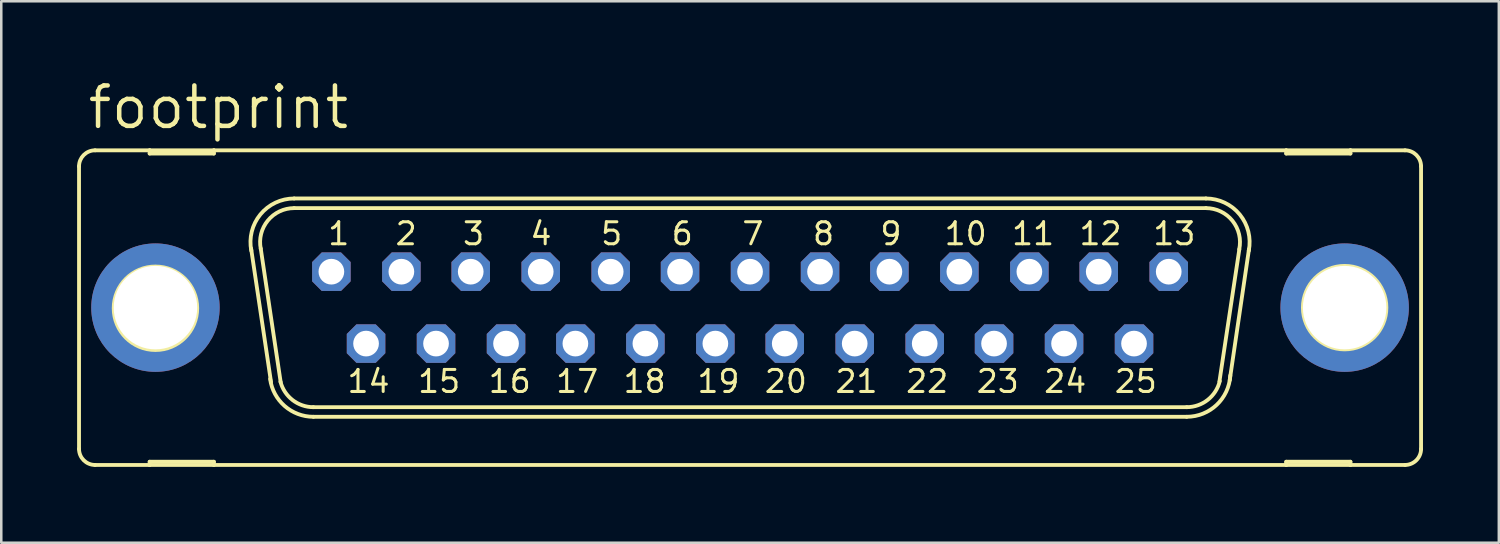
<source format=kicad_pcb>
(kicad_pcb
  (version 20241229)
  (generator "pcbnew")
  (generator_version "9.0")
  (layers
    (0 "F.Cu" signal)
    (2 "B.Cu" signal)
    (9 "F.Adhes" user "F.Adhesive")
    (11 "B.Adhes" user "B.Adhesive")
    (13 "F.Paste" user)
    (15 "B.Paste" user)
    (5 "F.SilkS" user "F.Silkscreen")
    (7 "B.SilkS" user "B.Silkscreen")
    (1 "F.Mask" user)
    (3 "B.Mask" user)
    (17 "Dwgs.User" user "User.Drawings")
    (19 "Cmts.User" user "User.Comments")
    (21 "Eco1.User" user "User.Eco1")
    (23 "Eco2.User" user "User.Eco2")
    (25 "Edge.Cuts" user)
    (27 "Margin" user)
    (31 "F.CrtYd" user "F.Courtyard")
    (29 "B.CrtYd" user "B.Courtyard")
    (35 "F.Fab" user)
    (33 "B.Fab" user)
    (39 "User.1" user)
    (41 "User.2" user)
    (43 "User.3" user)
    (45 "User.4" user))
  (footprint "footprint"
    (layer "F.Cu")
    (at 26.619 9.119)
    (property "Reference" "footprint" (at -26.289 -6.985 0) (layer "F.SilkS") (effects (font (size 1.6 1.6) (thickness 0.178)) (justify left bottom)))
    (fp_line (start -26.543 -5.588) (end -26.543 5.588) (stroke (width 0.152) (type solid)) (layer "F.SilkS"))
    (fp_line (start -25.908 6.223) (end -23.749 6.223) (stroke (width 0.152) (type solid)) (layer "F.SilkS"))
    (fp_line (start -23.749 -6.223) (end -25.908 -6.223) (stroke (width 0.152) (type solid)) (layer "F.SilkS"))
    (fp_line (start -23.749 -6.223) (end -23.749 -6.096) (stroke (width 0.152) (type solid)) (layer "F.SilkS"))
    (fp_line (start -23.749 -6.096) (end -21.209 -6.096) (stroke (width 0.152) (type solid)) (layer "F.SilkS"))
    (fp_line (start -23.749 6.096) (end -21.209 6.096) (stroke (width 0.152) (type solid)) (layer "F.SilkS"))
    (fp_line (start -23.749 6.223) (end -23.749 6.096) (stroke (width 0.152) (type solid)) (layer "F.SilkS"))
    (fp_line (start -23.749 6.223) (end -21.209 6.223) (stroke (width 0.152) (type solid)) (layer "F.SilkS"))
    (fp_line (start -21.209 -6.223) (end -23.749 -6.223) (stroke (width 0.152) (type solid)) (layer "F.SilkS"))
    (fp_line (start -21.209 -6.096) (end -21.209 -6.223) (stroke (width 0.152) (type solid)) (layer "F.SilkS"))
    (fp_line (start -21.209 6.096) (end -21.209 6.223) (stroke (width 0.152) (type solid)) (layer "F.SilkS"))
    (fp_line (start -21.209 6.223) (end 21.209 6.223) (stroke (width 0.152) (type solid)) (layer "F.SilkS"))
    (fp_line (start -18.948 2.946) (end -19.736 -2.337) (stroke (width 0.152) (type solid)) (layer "F.SilkS"))
    (fp_line (start -18.567 2.946) (end -19.355 -2.337) (stroke (width 0.152) (type solid)) (layer "F.SilkS"))
    (fp_line (start -18.034 -4.318) (end 18.034 -4.318) (stroke (width 0.152) (type solid)) (layer "F.SilkS"))
    (fp_line (start -18.034 -3.937) (end 18.034 -3.937) (stroke (width 0.152) (type solid)) (layer "F.SilkS"))
    (fp_line (start -17.272 3.937) (end 17.272 3.937) (stroke (width 0.152) (type solid)) (layer "F.SilkS"))
    (fp_line (start -17.272 4.318) (end 17.272 4.318) (stroke (width 0.152) (type solid)) (layer "F.SilkS"))
    (fp_line (start 19.355 -2.311) (end 18.567 2.921) (stroke (width 0.152) (type solid)) (layer "F.SilkS"))
    (fp_line (start 19.736 -2.311) (end 18.974 2.87) (stroke (width 0.152) (type solid)) (layer "F.SilkS"))
    (fp_line (start 21.209 -6.223) (end -21.209 -6.223) (stroke (width 0.152) (type solid)) (layer "F.SilkS"))
    (fp_line (start 21.209 -6.223) (end 21.209 -6.096) (stroke (width 0.152) (type solid)) (layer "F.SilkS"))
    (fp_line (start 21.209 -6.096) (end 23.749 -6.096) (stroke (width 0.152) (type solid)) (layer "F.SilkS"))
    (fp_line (start 21.209 6.096) (end 23.749 6.096) (stroke (width 0.152) (type solid)) (layer "F.SilkS"))
    (fp_line (start 21.209 6.223) (end 21.209 6.096) (stroke (width 0.152) (type solid)) (layer "F.SilkS"))
    (fp_line (start 21.209 6.223) (end 23.749 6.223) (stroke (width 0.152) (type solid)) (layer "F.SilkS"))
    (fp_line (start 23.749 -6.223) (end 21.209 -6.223) (stroke (width 0.152) (type solid)) (layer "F.SilkS"))
    (fp_line (start 23.749 -6.096) (end 23.749 -6.223) (stroke (width 0.152) (type solid)) (layer "F.SilkS"))
    (fp_line (start 23.749 6.096) (end 23.749 6.223) (stroke (width 0.152) (type solid)) (layer "F.SilkS"))
    (fp_line (start 23.749 6.223) (end 25.908 6.223) (stroke (width 0.152) (type solid)) (layer "F.SilkS"))
    (fp_line (start 25.908 -6.223) (end 23.749 -6.223) (stroke (width 0.152) (type solid)) (layer "F.SilkS"))
    (fp_line (start 26.543 -5.588) (end 26.543 5.588) (stroke (width 0.152) (type solid)) (layer "F.SilkS"))
    (fp_arc (start -26.543 -5.588) (mid -26.357013 -6.037013) (end -25.908 -6.223) (stroke (width 0.1524) (type solid)) (layer "F.SilkS"))
    (fp_arc (start -25.908 6.223) (mid -26.357013 6.037013) (end -26.543 5.588) (stroke (width 0.1524) (type solid)) (layer "F.SilkS"))
    (fp_arc (start -19.7277 -2.2521) (mid -19.369716 -3.685842) (end -18.033998 -4.318) (stroke (width 0.1524) (type solid)) (layer "F.SilkS"))
    (fp_arc (start -19.3541 -2.3268) (mid -19.075082 -3.444284) (end -18.034 -3.937) (stroke (width 0.1524) (type solid)) (layer "F.SilkS"))
    (fp_arc (start -17.272 3.937) (mid -18.0955 3.655745) (end -18.5749 2.9295) (stroke (width 0.1524) (type solid)) (layer "F.SilkS"))
    (fp_arc (start -17.271999 4.318001) (mid -18.409711 3.890313) (end -18.984 2.8191) (stroke (width 0.1524) (type solid)) (layer "F.SilkS"))
    (fp_arc (start 18.034 -4.318) (mid 19.369813 -3.685866) (end 19.727999 -2.252098) (stroke (width 0.1524) (type solid)) (layer "F.SilkS"))
    (fp_arc (start 18.034 -3.937) (mid 19.082557 -3.435183) (end 19.349499 -2.303798) (stroke (width 0.1524) (type solid)) (layer "F.SilkS"))
    (fp_arc (start 18.580701 2.904999) (mid 18.105257 3.647874) (end 17.272 3.937) (stroke (width 0.1524) (type solid)) (layer "F.SilkS"))
    (fp_arc (start 18.9963 2.6849) (mid 18.459366 3.844828) (end 17.272 4.318) (stroke (width 0.1524) (type solid)) (layer "F.SilkS"))
    (fp_arc (start 25.908 -6.223) (mid 26.357013 -6.037013) (end 26.543 -5.588) (stroke (width 0.1524) (type solid)) (layer "F.SilkS"))
    (fp_arc (start 26.543 5.588) (mid 26.357013 6.037013) (end 25.908 6.223) (stroke (width 0.1524) (type solid)) (layer "F.SilkS"))
    (fp_circle (center -23.52 0.025) (end -21.869 0.025) (stroke (width 0.152) (type solid)) (fill no) (layer "F.SilkS"))
    (fp_circle (center 23.52 0) (end 25.171 0) (stroke (width 0.152) (type solid)) (fill no) (layer "F.SilkS"))
    (fp_circle (center -16.561 -1.422) (end -16.307 -1.422) (stroke (width 0.406) (type solid)) (fill no) (layer "F.Fab"))
    (fp_circle (center -15.189 1.422) (end -14.935 1.422) (stroke (width 0.406) (type solid)) (fill no) (layer "F.Fab"))
    (fp_circle (center -13.792 -1.422) (end -13.538 -1.422) (stroke (width 0.406) (type solid)) (fill no) (layer "F.Fab"))
    (fp_circle (center -12.421 1.422) (end -12.167 1.422) (stroke (width 0.406) (type solid)) (fill no) (layer "F.Fab"))
    (fp_circle (center -11.049 -1.422) (end -10.795 -1.422) (stroke (width 0.406) (type solid)) (fill no) (layer "F.Fab"))
    (fp_circle (center -9.652 1.422) (end -9.398 1.422) (stroke (width 0.406) (type solid)) (fill no) (layer "F.Fab"))
    (fp_circle (center -8.28 -1.422) (end -8.026 -1.422) (stroke (width 0.406) (type solid)) (fill no) (layer "F.Fab"))
    (fp_circle (center -6.909 1.422) (end -6.655 1.422) (stroke (width 0.406) (type solid)) (fill no) (layer "F.Fab"))
    (fp_circle (center -5.512 -1.422) (end -5.258 -1.422) (stroke (width 0.406) (type solid)) (fill no) (layer "F.Fab"))
    (fp_circle (center -4.14 1.422) (end -3.886 1.422) (stroke (width 0.406) (type solid)) (fill no) (layer "F.Fab"))
    (fp_circle (center -2.769 -1.422) (end -2.515 -1.422) (stroke (width 0.406) (type solid)) (fill no) (layer "F.Fab"))
    (fp_circle (center -1.372 1.422) (end -1.118 1.422) (stroke (width 0.406) (type solid)) (fill no) (layer "F.Fab"))
    (fp_circle (center 0 -1.422) (end 0.254 -1.422) (stroke (width 0.406) (type solid)) (fill no) (layer "F.Fab"))
    (fp_circle (center 1.372 1.422) (end 1.626 1.422) (stroke (width 0.406) (type solid)) (fill no) (layer "F.Fab"))
    (fp_circle (center 2.769 -1.422) (end 3.023 -1.422) (stroke (width 0.406) (type solid)) (fill no) (layer "F.Fab"))
    (fp_circle (center 4.14 1.422) (end 4.394 1.422) (stroke (width 0.406) (type solid)) (fill no) (layer "F.Fab"))
    (fp_circle (center 5.512 -1.422) (end 5.766 -1.422) (stroke (width 0.406) (type solid)) (fill no) (layer "F.Fab"))
    (fp_circle (center 6.909 1.422) (end 7.163 1.422) (stroke (width 0.406) (type solid)) (fill no) (layer "F.Fab"))
    (fp_circle (center 8.28 -1.422) (end 8.534 -1.422) (stroke (width 0.406) (type solid)) (fill no) (layer "F.Fab"))
    (fp_circle (center 9.652 1.422) (end 9.906 1.422) (stroke (width 0.406) (type solid)) (fill no) (layer "F.Fab"))
    (fp_circle (center 11.049 -1.422) (end 11.303 -1.422) (stroke (width 0.406) (type solid)) (fill no) (layer "F.Fab"))
    (fp_circle (center 12.421 1.422) (end 12.675 1.422) (stroke (width 0.406) (type solid)) (fill no) (layer "F.Fab"))
    (fp_circle (center 13.792 -1.422) (end 14.046 -1.422) (stroke (width 0.406) (type solid)) (fill no) (layer "F.Fab"))
    (fp_circle (center 15.189 1.422) (end 15.443 1.422) (stroke (width 0.406) (type solid)) (fill no) (layer "F.Fab"))
    (fp_circle (center 16.561 -1.422) (end 16.815 -1.422) (stroke (width 0.406) (type solid)) (fill no) (layer "F.Fab"))
    (fp_text user "7" (at -0.381 -2.413 0) (layer "F.SilkS") (effects (font (size 0.872 0.872) (thickness 0.119)) (justify left bottom)))
    (fp_text user "16" (at -10.414 3.429 0) (layer "F.SilkS") (effects (font (size 0.872 0.872) (thickness 0.119)) (justify left bottom)))
    (fp_text user "25" (at 14.351 3.429 0) (layer "F.SilkS") (effects (font (size 0.872 0.872) (thickness 0.119)) (justify left bottom)))
    (fp_text user "8" (at 2.413 -2.413 0) (layer "F.SilkS") (effects (font (size 0.872 0.872) (thickness 0.119)) (justify left bottom)))
    (fp_text user "24" (at 11.557 3.429 0) (layer "F.SilkS") (effects (font (size 0.872 0.872) (thickness 0.119)) (justify left bottom)))
    (fp_text user "12" (at 12.954 -2.413 0) (layer "F.SilkS") (effects (font (size 0.872 0.872) (thickness 0.119)) (justify left bottom)))
    (fp_text user "13" (at 15.875 -2.413 0) (layer "F.SilkS") (effects (font (size 0.872 0.872) (thickness 0.119)) (justify left bottom)))
    (fp_text user "1" (at -16.764 -2.413 0) (layer "F.SilkS") (effects (font (size 0.872 0.872) (thickness 0.119)) (justify left bottom)))
    (fp_text user "6" (at -3.175 -2.413 0) (layer "F.SilkS") (effects (font (size 0.872 0.872) (thickness 0.119)) (justify left bottom)))
    (fp_text user "18" (at -5.08 3.429 0) (layer "F.SilkS") (effects (font (size 0.872 0.872) (thickness 0.119)) (justify left bottom)))
    (fp_text user "23" (at 8.89 3.429 0) (layer "F.SilkS") (effects (font (size 0.872 0.872) (thickness 0.119)) (justify left bottom)))
    (fp_text user "19" (at -2.159 3.429 0) (layer "F.SilkS") (effects (font (size 0.872 0.872) (thickness 0.119)) (justify left bottom)))
    (fp_text user "11" (at 10.287 -2.413 0) (layer "F.SilkS") (effects (font (size 0.872 0.872) (thickness 0.119)) (justify left bottom)))
    (fp_text user "22" (at 6.096 3.429 0) (layer "F.SilkS") (effects (font (size 0.872 0.872) (thickness 0.119)) (justify left bottom)))
    (fp_text user "9" (at 5.08 -2.413 0) (layer "F.SilkS") (effects (font (size 0.872 0.872) (thickness 0.119)) (justify left bottom)))
    (fp_text user "2" (at -14.097 -2.413 0) (layer "F.SilkS") (effects (font (size 0.872 0.872) (thickness 0.119)) (justify left bottom)))
    (fp_text user "15" (at -13.208 3.429 0) (layer "F.SilkS") (effects (font (size 0.872 0.872) (thickness 0.119)) (justify left bottom)))
    (fp_text user "4" (at -8.763 -2.413 0) (layer "F.SilkS") (effects (font (size 0.872 0.872) (thickness 0.119)) (justify left bottom)))
    (fp_text user "3" (at -11.43 -2.413 0) (layer "F.SilkS") (effects (font (size 0.872 0.872) (thickness 0.119)) (justify left bottom)))
    (fp_text user "20" (at 0.508 3.429 0) (layer "F.SilkS") (effects (font (size 0.872 0.872) (thickness 0.119)) (justify left bottom)))
    (fp_text user "21" (at 3.302 3.429 0) (layer "F.SilkS") (effects (font (size 0.872 0.872) (thickness 0.119)) (justify left bottom)))
    (fp_text user "17" (at -7.747 3.429 0) (layer "F.SilkS") (effects (font (size 0.872 0.872) (thickness 0.119)) (justify left bottom)))
    (fp_text user "10" (at 7.62 -2.413 0) (layer "F.SilkS") (effects (font (size 0.872 0.872) (thickness 0.119)) (justify left bottom)))
    (fp_text user "14" (at -16.002 3.429 0) (layer "F.SilkS") (effects (font (size 0.872 0.872) (thickness 0.119)) (justify left bottom)))
    (fp_text user "5" (at -5.969 -2.413 0) (layer "F.SilkS") (effects (font (size 0.872 0.872) (thickness 0.119)) (justify left bottom)))
    (pad "1" thru_hole roundrect (at -16.561 -1.422) (size 1.524 1.524) (drill 1.016) (layers "*.Cu" "*.Mask") (roundrect_rratio 0.25) (chamfer_ratio 0.25) (chamfer top_left top_right bottom_left bottom_right))
    (pad "2" thru_hole roundrect (at -13.792 -1.422) (size 1.524 1.524) (drill 1.016) (layers "*.Cu" "*.Mask") (roundrect_rratio 0.25) (chamfer_ratio 0.25) (chamfer top_left top_right bottom_left bottom_right))
    (pad "3" thru_hole roundrect (at -11.049 -1.422) (size 1.524 1.524) (drill 1.016) (layers "*.Cu" "*.Mask") (roundrect_rratio 0.25) (chamfer_ratio 0.25) (chamfer top_left top_right bottom_left bottom_right))
    (pad "4" thru_hole roundrect (at -8.28 -1.422) (size 1.524 1.524) (drill 1.016) (layers "*.Cu" "*.Mask") (roundrect_rratio 0.25) (chamfer_ratio 0.25) (chamfer top_left top_right bottom_left bottom_right))
    (pad "5" thru_hole roundrect (at -5.512 -1.422) (size 1.524 1.524) (drill 1.016) (layers "*.Cu" "*.Mask") (roundrect_rratio 0.25) (chamfer_ratio 0.25) (chamfer top_left top_right bottom_left bottom_right))
    (pad "6" thru_hole roundrect (at -2.769 -1.422) (size 1.524 1.524) (drill 1.016) (layers "*.Cu" "*.Mask") (roundrect_rratio 0.25) (chamfer_ratio 0.25) (chamfer top_left top_right bottom_left bottom_right))
    (pad "7" thru_hole roundrect (at 0 -1.422) (size 1.524 1.524) (drill 1.016) (layers "*.Cu" "*.Mask") (roundrect_rratio 0.25) (chamfer_ratio 0.25) (chamfer top_left top_right bottom_left bottom_right))
    (pad "8" thru_hole roundrect (at 2.769 -1.422) (size 1.524 1.524) (drill 1.016) (layers "*.Cu" "*.Mask") (roundrect_rratio 0.25) (chamfer_ratio 0.25) (chamfer top_left top_right bottom_left bottom_right))
    (pad "9" thru_hole roundrect (at 5.512 -1.422) (size 1.524 1.524) (drill 1.016) (layers "*.Cu" "*.Mask") (roundrect_rratio 0.25) (chamfer_ratio 0.25) (chamfer top_left top_right bottom_left bottom_right))
    (pad "10" thru_hole roundrect (at 8.28 -1.422) (size 1.524 1.524) (drill 1.016) (layers "*.Cu" "*.Mask") (roundrect_rratio 0.25) (chamfer_ratio 0.25) (chamfer top_left top_right bottom_left bottom_right))
    (pad "11" thru_hole roundrect (at 11.049 -1.422) (size 1.524 1.524) (drill 1.016) (layers "*.Cu" "*.Mask") (roundrect_rratio 0.25) (chamfer_ratio 0.25) (chamfer top_left top_right bottom_left bottom_right))
    (pad "12" thru_hole roundrect (at 13.792 -1.422) (size 1.524 1.524) (drill 1.016) (layers "*.Cu" "*.Mask") (roundrect_rratio 0.25) (chamfer_ratio 0.25) (chamfer top_left top_right bottom_left bottom_right))
    (pad "13" thru_hole roundrect (at 16.561 -1.422) (size 1.524 1.524) (drill 1.016) (layers "*.Cu" "*.Mask") (roundrect_rratio 0.25) (chamfer_ratio 0.25) (chamfer top_left top_right bottom_left bottom_right))
    (pad "14" thru_hole roundrect (at -15.189 1.422) (size 1.524 1.524) (drill 1.016) (layers "*.Cu" "*.Mask") (roundrect_rratio 0.25) (chamfer_ratio 0.25) (chamfer top_left top_right bottom_left bottom_right))
    (pad "15" thru_hole roundrect (at -12.421 1.422) (size 1.524 1.524) (drill 1.016) (layers "*.Cu" "*.Mask") (roundrect_rratio 0.25) (chamfer_ratio 0.25) (chamfer top_left top_right bottom_left bottom_right))
    (pad "16" thru_hole roundrect (at -9.652 1.422) (size 1.524 1.524) (drill 1.016) (layers "*.Cu" "*.Mask") (roundrect_rratio 0.25) (chamfer_ratio 0.25) (chamfer top_left top_right bottom_left bottom_right))
    (pad "17" thru_hole roundrect (at -6.909 1.422) (size 1.524 1.524) (drill 1.016) (layers "*.Cu" "*.Mask") (roundrect_rratio 0.25) (chamfer_ratio 0.25) (chamfer top_left top_right bottom_left bottom_right))
    (pad "18" thru_hole roundrect (at -4.14 1.422) (size 1.524 1.524) (drill 1.016) (layers "*.Cu" "*.Mask") (roundrect_rratio 0.25) (chamfer_ratio 0.25) (chamfer top_left top_right bottom_left bottom_right))
    (pad "19" thru_hole roundrect (at -1.372 1.422) (size 1.524 1.524) (drill 1.016) (layers "*.Cu" "*.Mask") (roundrect_rratio 0.25) (chamfer_ratio 0.25) (chamfer top_left top_right bottom_left bottom_right))
    (pad "20" thru_hole roundrect (at 1.372 1.422) (size 1.524 1.524) (drill 1.016) (layers "*.Cu" "*.Mask") (roundrect_rratio 0.25) (chamfer_ratio 0.25) (chamfer top_left top_right bottom_left bottom_right))
    (pad "21" thru_hole roundrect (at 4.14 1.422) (size 1.524 1.524) (drill 1.016) (layers "*.Cu" "*.Mask") (roundrect_rratio 0.25) (chamfer_ratio 0.25) (chamfer top_left top_right bottom_left bottom_right))
    (pad "22" thru_hole roundrect (at 6.909 1.422) (size 1.524 1.524) (drill 1.016) (layers "*.Cu" "*.Mask") (roundrect_rratio 0.25) (chamfer_ratio 0.25) (chamfer top_left top_right bottom_left bottom_right))
    (pad "23" thru_hole roundrect (at 9.652 1.422) (size 1.524 1.524) (drill 1.016) (layers "*.Cu" "*.Mask") (roundrect_rratio 0.25) (chamfer_ratio 0.25) (chamfer top_left top_right bottom_left bottom_right))
    (pad "24" thru_hole roundrect (at 12.421 1.422) (size 1.524 1.524) (drill 1.016) (layers "*.Cu" "*.Mask") (roundrect_rratio 0.25) (chamfer_ratio 0.25) (chamfer top_left top_right bottom_left bottom_right))
    (pad "25" thru_hole roundrect (at 15.189 1.422) (size 1.524 1.524) (drill 1.016) (layers "*.Cu" "*.Mask") (roundrect_rratio 0.25) (chamfer_ratio 0.25) (chamfer top_left top_right bottom_left bottom_right))
    (pad "G1" thru_hole circle (at -23.52 0) (size 5.08 5.08) (drill 3.302) (layers "*.Cu" "*.Mask"))
    (pad "G2" thru_hole circle (at 23.52 0) (size 5.08 5.08) (drill 3.302) (layers "*.Cu" "*.Mask")))
  (gr_rect
    (start -3 -3)
    (end 56.238 18.418)
    (stroke (width 0.1) (type default))
    (fill no)
    (layer "Edge.Cuts")))
</source>
